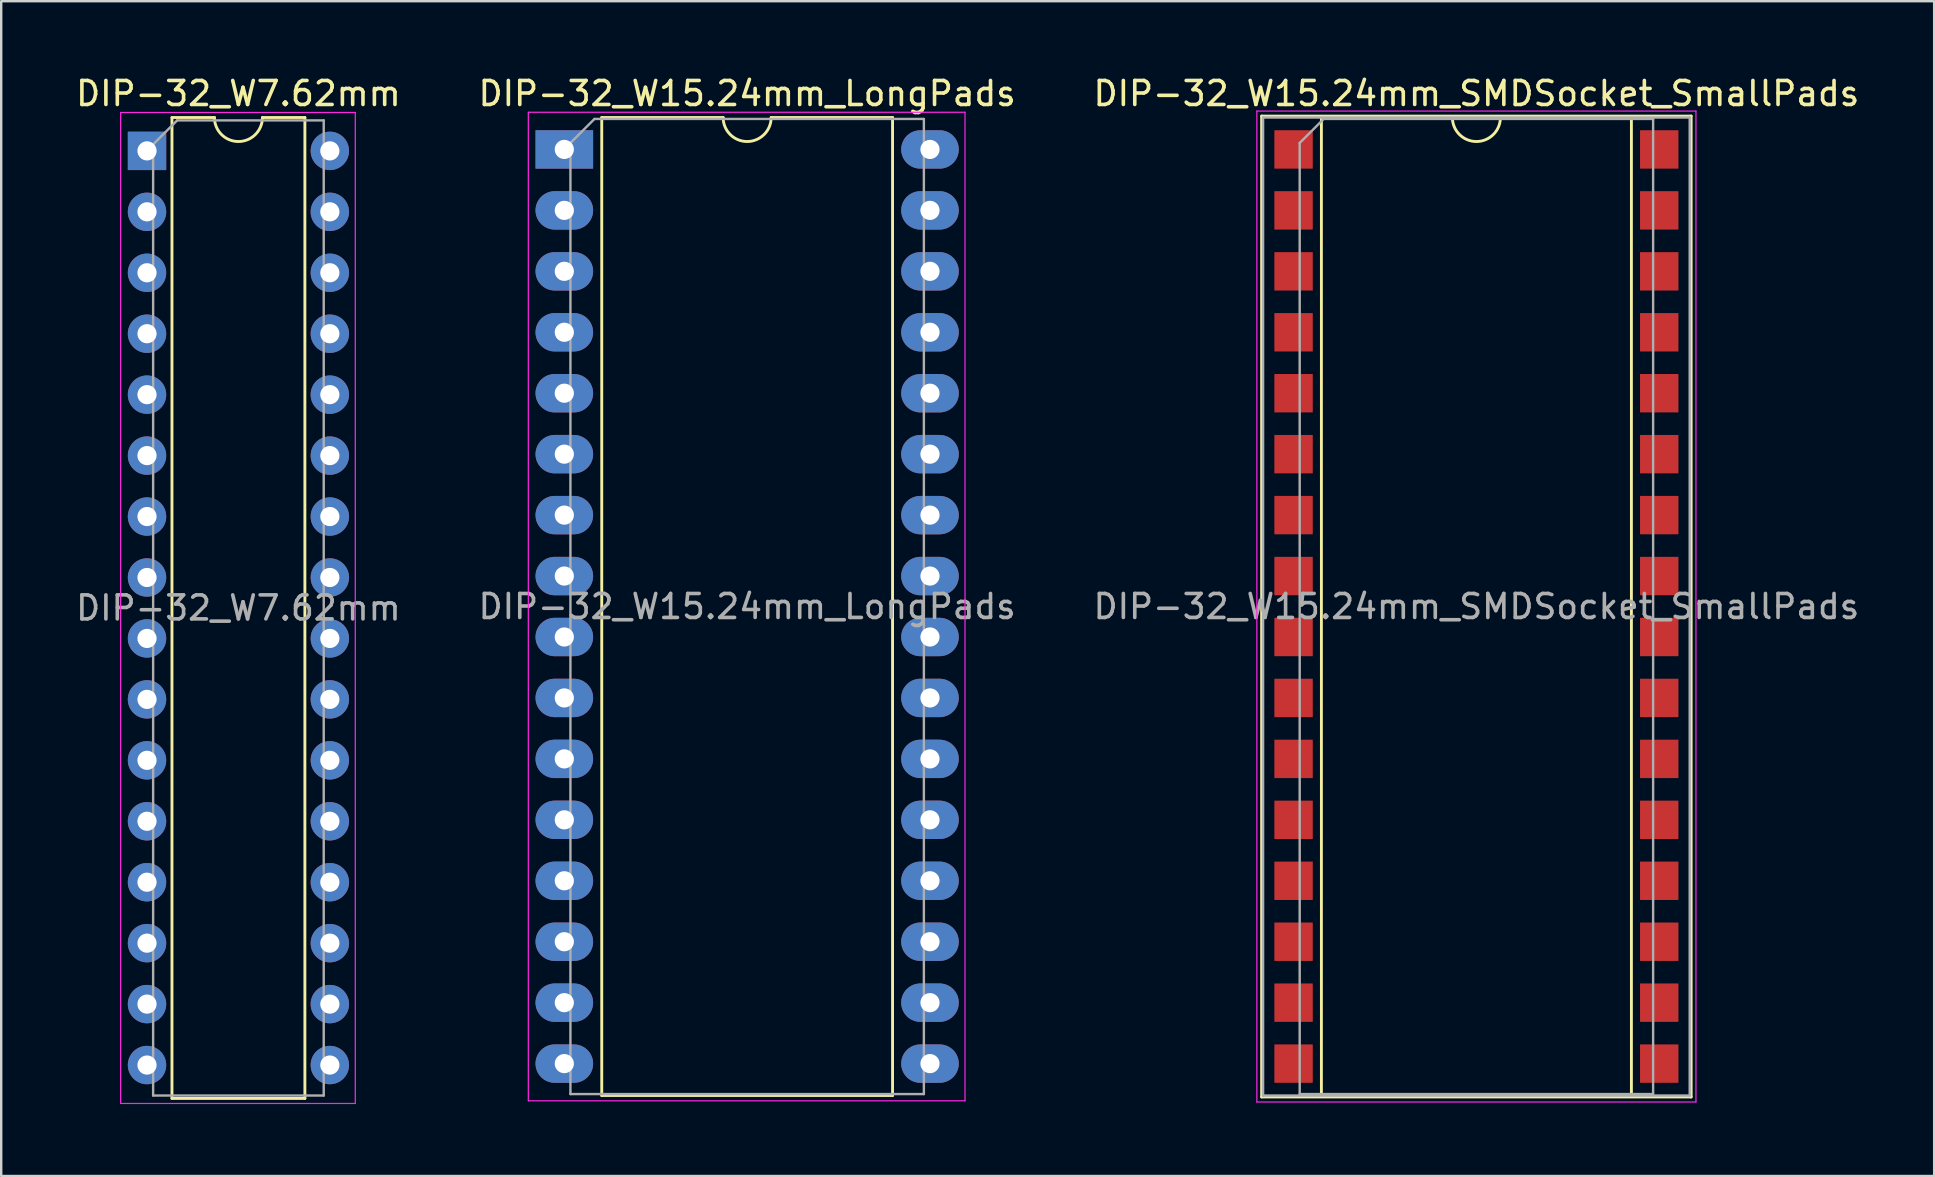
<source format=kicad_pcb>
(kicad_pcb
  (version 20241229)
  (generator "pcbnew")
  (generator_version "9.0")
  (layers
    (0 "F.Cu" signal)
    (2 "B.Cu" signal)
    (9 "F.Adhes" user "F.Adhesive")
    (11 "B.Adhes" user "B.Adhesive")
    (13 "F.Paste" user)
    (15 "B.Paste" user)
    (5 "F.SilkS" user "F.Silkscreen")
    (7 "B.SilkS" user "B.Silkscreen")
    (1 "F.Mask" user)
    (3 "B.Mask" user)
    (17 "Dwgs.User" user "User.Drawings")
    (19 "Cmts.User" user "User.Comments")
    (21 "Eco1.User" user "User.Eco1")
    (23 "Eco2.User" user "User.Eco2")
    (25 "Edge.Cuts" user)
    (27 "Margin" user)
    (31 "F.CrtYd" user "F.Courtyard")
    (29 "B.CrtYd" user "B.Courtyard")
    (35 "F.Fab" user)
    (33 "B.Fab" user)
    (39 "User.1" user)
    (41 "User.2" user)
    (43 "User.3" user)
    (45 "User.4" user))
  (footprint "DIP-32_W15.24mm_LongPads"
    (layer "F.Cu")
    (at 20.469 3.178)
    (property "Reference" "DIP-32_W15.24mm_LongPads" (at 7.62 -2.33 0) (layer "F.SilkS") (effects (font (size 1 1) (thickness 0.15))))
    (attr through_hole)
    (fp_line (start 1.56 -1.33) (end 1.56 39.43) (stroke (width 0.12) (type solid)) (layer "F.SilkS"))
    (fp_line (start 1.56 39.43) (end 13.68 39.43) (stroke (width 0.12) (type solid)) (layer "F.SilkS"))
    (fp_line (start 6.62 -1.33) (end 1.56 -1.33) (stroke (width 0.12) (type solid)) (layer "F.SilkS"))
    (fp_line (start 13.68 -1.33) (end 8.62 -1.33) (stroke (width 0.12) (type solid)) (layer "F.SilkS"))
    (fp_line (start 13.68 39.43) (end 13.68 -1.33) (stroke (width 0.12) (type solid)) (layer "F.SilkS"))
    (fp_arc (start 8.62 -1.33) (mid 7.62 -0.33) (end 6.62 -1.33) (stroke (width 0.12) (type solid)) (layer "F.SilkS"))
    (fp_line (start -1.5 -1.55) (end -1.5 39.65) (stroke (width 0.05) (type solid)) (layer "F.CrtYd"))
    (fp_line (start -1.5 39.65) (end 16.7 39.65) (stroke (width 0.05) (type solid)) (layer "F.CrtYd"))
    (fp_line (start 16.7 -1.55) (end -1.5 -1.55) (stroke (width 0.05) (type solid)) (layer "F.CrtYd"))
    (fp_line (start 16.7 39.65) (end 16.7 -1.55) (stroke (width 0.05) (type solid)) (layer "F.CrtYd"))
    (fp_line (start 0.255 -0.27) (end 1.255 -1.27) (stroke (width 0.1) (type solid)) (layer "F.Fab"))
    (fp_line (start 0.255 39.37) (end 0.255 -0.27) (stroke (width 0.1) (type solid)) (layer "F.Fab"))
    (fp_line (start 1.255 -1.27) (end 14.985 -1.27) (stroke (width 0.1) (type solid)) (layer "F.Fab"))
    (fp_line (start 14.985 -1.27) (end 14.985 39.37) (stroke (width 0.1) (type solid)) (layer "F.Fab"))
    (fp_line (start 14.985 39.37) (end 0.255 39.37) (stroke (width 0.1) (type solid)) (layer "F.Fab"))
    (fp_text user "${REFERENCE}" (at 7.62 19.05 0) (layer "F.Fab") (effects (font (size 1 1) (thickness 0.15))))
    (pad "1" thru_hole rect (at 0 0) (size 2.4 1.6) (drill 0.8) (layers "*.Cu" "*.Mask"))
    (pad "2" thru_hole oval (at 0 2.54) (size 2.4 1.6) (drill 0.8) (layers "*.Cu" "*.Mask"))
    (pad "3" thru_hole oval (at 0 5.08) (size 2.4 1.6) (drill 0.8) (layers "*.Cu" "*.Mask"))
    (pad "4" thru_hole oval (at 0 7.62) (size 2.4 1.6) (drill 0.8) (layers "*.Cu" "*.Mask"))
    (pad "5" thru_hole oval (at 0 10.16) (size 2.4 1.6) (drill 0.8) (layers "*.Cu" "*.Mask"))
    (pad "6" thru_hole oval (at 0 12.7) (size 2.4 1.6) (drill 0.8) (layers "*.Cu" "*.Mask"))
    (pad "7" thru_hole oval (at 0 15.24) (size 2.4 1.6) (drill 0.8) (layers "*.Cu" "*.Mask"))
    (pad "8" thru_hole oval (at 0 17.78) (size 2.4 1.6) (drill 0.8) (layers "*.Cu" "*.Mask"))
    (pad "9" thru_hole oval (at 0 20.32) (size 2.4 1.6) (drill 0.8) (layers "*.Cu" "*.Mask"))
    (pad "10" thru_hole oval (at 0 22.86) (size 2.4 1.6) (drill 0.8) (layers "*.Cu" "*.Mask"))
    (pad "11" thru_hole oval (at 0 25.4) (size 2.4 1.6) (drill 0.8) (layers "*.Cu" "*.Mask"))
    (pad "12" thru_hole oval (at 0 27.94) (size 2.4 1.6) (drill 0.8) (layers "*.Cu" "*.Mask"))
    (pad "13" thru_hole oval (at 0 30.48) (size 2.4 1.6) (drill 0.8) (layers "*.Cu" "*.Mask"))
    (pad "14" thru_hole oval (at 0 33.02) (size 2.4 1.6) (drill 0.8) (layers "*.Cu" "*.Mask"))
    (pad "15" thru_hole oval (at 0 35.56) (size 2.4 1.6) (drill 0.8) (layers "*.Cu" "*.Mask"))
    (pad "16" thru_hole oval (at 0 38.1) (size 2.4 1.6) (drill 0.8) (layers "*.Cu" "*.Mask"))
    (pad "17" thru_hole oval (at 15.24 38.1) (size 2.4 1.6) (drill 0.8) (layers "*.Cu" "*.Mask"))
    (pad "18" thru_hole oval (at 15.24 35.56) (size 2.4 1.6) (drill 0.8) (layers "*.Cu" "*.Mask"))
    (pad "19" thru_hole oval (at 15.24 33.02) (size 2.4 1.6) (drill 0.8) (layers "*.Cu" "*.Mask"))
    (pad "20" thru_hole oval (at 15.24 30.48) (size 2.4 1.6) (drill 0.8) (layers "*.Cu" "*.Mask"))
    (pad "21" thru_hole oval (at 15.24 27.94) (size 2.4 1.6) (drill 0.8) (layers "*.Cu" "*.Mask"))
    (pad "22" thru_hole oval (at 15.24 25.4) (size 2.4 1.6) (drill 0.8) (layers "*.Cu" "*.Mask"))
    (pad "23" thru_hole oval (at 15.24 22.86) (size 2.4 1.6) (drill 0.8) (layers "*.Cu" "*.Mask"))
    (pad "24" thru_hole oval (at 15.24 20.32) (size 2.4 1.6) (drill 0.8) (layers "*.Cu" "*.Mask"))
    (pad "25" thru_hole oval (at 15.24 17.78) (size 2.4 1.6) (drill 0.8) (layers "*.Cu" "*.Mask"))
    (pad "26" thru_hole oval (at 15.24 15.24) (size 2.4 1.6) (drill 0.8) (layers "*.Cu" "*.Mask"))
    (pad "27" thru_hole oval (at 15.24 12.7) (size 2.4 1.6) (drill 0.8) (layers "*.Cu" "*.Mask"))
    (pad "28" thru_hole oval (at 15.24 10.16) (size 2.4 1.6) (drill 0.8) (layers "*.Cu" "*.Mask"))
    (pad "29" thru_hole oval (at 15.24 7.62) (size 2.4 1.6) (drill 0.8) (layers "*.Cu" "*.Mask"))
    (pad "30" thru_hole oval (at 15.24 5.08) (size 2.4 1.6) (drill 0.8) (layers "*.Cu" "*.Mask"))
    (pad "31" thru_hole oval (at 15.24 2.54) (size 2.4 1.6) (drill 0.8) (layers "*.Cu" "*.Mask"))
    (pad "32" thru_hole oval (at 15.24 0) (size 2.4 1.6) (drill 0.8) (layers "*.Cu" "*.Mask")))
  (footprint "DIP-32_W15.24mm_SMDSocket_SmallPads"
    (layer "F.Cu")
    (at 58.482 22.228)
    (property "Reference" "DIP-32_W15.24mm_SMDSocket_SmallPads" (at 0 -21.38 0) (layer "F.SilkS") (effects (font (size 1 1) (thickness 0.15))))
    (attr smd)
    (fp_line (start -8.95 -20.44) (end -8.95 20.44) (stroke (width 0.12) (type solid)) (layer "F.SilkS"))
    (fp_line (start -8.95 20.44) (end 8.95 20.44) (stroke (width 0.12) (type solid)) (layer "F.SilkS"))
    (fp_line (start -6.46 -20.38) (end -6.46 20.38) (stroke (width 0.12) (type solid)) (layer "F.SilkS"))
    (fp_line (start -6.46 20.38) (end 6.46 20.38) (stroke (width 0.12) (type solid)) (layer "F.SilkS"))
    (fp_line (start -1 -20.38) (end -6.46 -20.38) (stroke (width 0.12) (type solid)) (layer "F.SilkS"))
    (fp_line (start 6.46 -20.38) (end 1 -20.38) (stroke (width 0.12) (type solid)) (layer "F.SilkS"))
    (fp_line (start 6.46 20.38) (end 6.46 -20.38) (stroke (width 0.12) (type solid)) (layer "F.SilkS"))
    (fp_line (start 8.95 -20.44) (end -8.95 -20.44) (stroke (width 0.12) (type solid)) (layer "F.SilkS"))
    (fp_line (start 8.95 20.44) (end 8.95 -20.44) (stroke (width 0.12) (type solid)) (layer "F.SilkS"))
    (fp_arc (start 1 -20.38) (mid 0 -19.38) (end -1 -20.38) (stroke (width 0.12) (type solid)) (layer "F.SilkS"))
    (fp_line (start -9.15 -20.65) (end -9.15 20.65) (stroke (width 0.05) (type solid)) (layer "F.CrtYd"))
    (fp_line (start -9.15 20.65) (end 9.15 20.65) (stroke (width 0.05) (type solid)) (layer "F.CrtYd"))
    (fp_line (start 9.15 -20.65) (end -9.15 -20.65) (stroke (width 0.05) (type solid)) (layer "F.CrtYd"))
    (fp_line (start 9.15 20.65) (end 9.15 -20.65) (stroke (width 0.05) (type solid)) (layer "F.CrtYd"))
    (fp_line (start -8.89 -20.38) (end -8.89 20.38) (stroke (width 0.1) (type solid)) (layer "F.Fab"))
    (fp_line (start -8.89 20.38) (end 8.89 20.38) (stroke (width 0.1) (type solid)) (layer "F.Fab"))
    (fp_line (start -7.365 -19.32) (end -6.365 -20.32) (stroke (width 0.1) (type solid)) (layer "F.Fab"))
    (fp_line (start -7.365 20.32) (end -7.365 -19.32) (stroke (width 0.1) (type solid)) (layer "F.Fab"))
    (fp_line (start -6.365 -20.32) (end 7.365 -20.32) (stroke (width 0.1) (type solid)) (layer "F.Fab"))
    (fp_line (start 7.365 -20.32) (end 7.365 20.32) (stroke (width 0.1) (type solid)) (layer "F.Fab"))
    (fp_line (start 7.365 20.32) (end -7.365 20.32) (stroke (width 0.1) (type solid)) (layer "F.Fab"))
    (fp_line (start 8.89 -20.38) (end -8.89 -20.38) (stroke (width 0.1) (type solid)) (layer "F.Fab"))
    (fp_line (start 8.89 20.38) (end 8.89 -20.38) (stroke (width 0.1) (type solid)) (layer "F.Fab"))
    (fp_text user "${REFERENCE}" (at 0 0 0) (layer "F.Fab") (effects (font (size 1 1) (thickness 0.15))))
    (pad "1" smd rect (at -7.62 -19.05) (size 1.6 1.6) (layers "F.Cu" "F.Mask" "F.Paste"))
    (pad "2" smd rect (at -7.62 -16.51) (size 1.6 1.6) (layers "F.Cu" "F.Mask" "F.Paste"))
    (pad "3" smd rect (at -7.62 -13.97) (size 1.6 1.6) (layers "F.Cu" "F.Mask" "F.Paste"))
    (pad "4" smd rect (at -7.62 -11.43) (size 1.6 1.6) (layers "F.Cu" "F.Mask" "F.Paste"))
    (pad "5" smd rect (at -7.62 -8.89) (size 1.6 1.6) (layers "F.Cu" "F.Mask" "F.Paste"))
    (pad "6" smd rect (at -7.62 -6.35) (size 1.6 1.6) (layers "F.Cu" "F.Mask" "F.Paste"))
    (pad "7" smd rect (at -7.62 -3.81) (size 1.6 1.6) (layers "F.Cu" "F.Mask" "F.Paste"))
    (pad "8" smd rect (at -7.62 -1.27) (size 1.6 1.6) (layers "F.Cu" "F.Mask" "F.Paste"))
    (pad "9" smd rect (at -7.62 1.27) (size 1.6 1.6) (layers "F.Cu" "F.Mask" "F.Paste"))
    (pad "10" smd rect (at -7.62 3.81) (size 1.6 1.6) (layers "F.Cu" "F.Mask" "F.Paste"))
    (pad "11" smd rect (at -7.62 6.35) (size 1.6 1.6) (layers "F.Cu" "F.Mask" "F.Paste"))
    (pad "12" smd rect (at -7.62 8.89) (size 1.6 1.6) (layers "F.Cu" "F.Mask" "F.Paste"))
    (pad "13" smd rect (at -7.62 11.43) (size 1.6 1.6) (layers "F.Cu" "F.Mask" "F.Paste"))
    (pad "14" smd rect (at -7.62 13.97) (size 1.6 1.6) (layers "F.Cu" "F.Mask" "F.Paste"))
    (pad "15" smd rect (at -7.62 16.51) (size 1.6 1.6) (layers "F.Cu" "F.Mask" "F.Paste"))
    (pad "16" smd rect (at -7.62 19.05) (size 1.6 1.6) (layers "F.Cu" "F.Mask" "F.Paste"))
    (pad "17" smd rect (at 7.62 19.05) (size 1.6 1.6) (layers "F.Cu" "F.Mask" "F.Paste"))
    (pad "18" smd rect (at 7.62 16.51) (size 1.6 1.6) (layers "F.Cu" "F.Mask" "F.Paste"))
    (pad "19" smd rect (at 7.62 13.97) (size 1.6 1.6) (layers "F.Cu" "F.Mask" "F.Paste"))
    (pad "20" smd rect (at 7.62 11.43) (size 1.6 1.6) (layers "F.Cu" "F.Mask" "F.Paste"))
    (pad "21" smd rect (at 7.62 8.89) (size 1.6 1.6) (layers "F.Cu" "F.Mask" "F.Paste"))
    (pad "22" smd rect (at 7.62 6.35) (size 1.6 1.6) (layers "F.Cu" "F.Mask" "F.Paste"))
    (pad "23" smd rect (at 7.62 3.81) (size 1.6 1.6) (layers "F.Cu" "F.Mask" "F.Paste"))
    (pad "24" smd rect (at 7.62 1.27) (size 1.6 1.6) (layers "F.Cu" "F.Mask" "F.Paste"))
    (pad "25" smd rect (at 7.62 -1.27) (size 1.6 1.6) (layers "F.Cu" "F.Mask" "F.Paste"))
    (pad "26" smd rect (at 7.62 -3.81) (size 1.6 1.6) (layers "F.Cu" "F.Mask" "F.Paste"))
    (pad "27" smd rect (at 7.62 -6.35) (size 1.6 1.6) (layers "F.Cu" "F.Mask" "F.Paste"))
    (pad "28" smd rect (at 7.62 -8.89) (size 1.6 1.6) (layers "F.Cu" "F.Mask" "F.Paste"))
    (pad "29" smd rect (at 7.62 -11.43) (size 1.6 1.6) (layers "F.Cu" "F.Mask" "F.Paste"))
    (pad "30" smd rect (at 7.62 -13.97) (size 1.6 1.6) (layers "F.Cu" "F.Mask" "F.Paste"))
    (pad "31" smd rect (at 7.62 -16.51) (size 1.6 1.6) (layers "F.Cu" "F.Mask" "F.Paste"))
    (pad "32" smd rect (at 7.62 -19.05) (size 1.6 1.6) (layers "F.Cu" "F.Mask" "F.Paste")))
  (footprint "DIP-32_W7.62mm"
    (layer "F.Cu")
    (at 3.077 3.238)
    (property "Reference" "DIP-32_W7.62mm" (at 3.81 -2.39 0) (layer "F.SilkS") (effects (font (size 1 1) (thickness 0.15))))
    (attr through_hole)
    (fp_line (start 1.04 -1.39) (end 1.04 39.49) (stroke (width 0.12) (type solid)) (layer "F.SilkS"))
    (fp_line (start 1.04 39.49) (end 6.58 39.49) (stroke (width 0.12) (type solid)) (layer "F.SilkS"))
    (fp_line (start 2.81 -1.39) (end 1.04 -1.39) (stroke (width 0.12) (type solid)) (layer "F.SilkS"))
    (fp_line (start 6.58 -1.39) (end 4.81 -1.39) (stroke (width 0.12) (type solid)) (layer "F.SilkS"))
    (fp_line (start 6.58 39.49) (end 6.58 -1.39) (stroke (width 0.12) (type solid)) (layer "F.SilkS"))
    (fp_arc (start 4.81 -1.39) (mid 3.81 -0.39) (end 2.81 -1.39) (stroke (width 0.12) (type solid)) (layer "F.SilkS"))
    (fp_line (start -1.1 -1.6) (end -1.1 39.7) (stroke (width 0.05) (type solid)) (layer "F.CrtYd"))
    (fp_line (start -1.1 39.7) (end 8.68 39.7) (stroke (width 0.05) (type solid)) (layer "F.CrtYd"))
    (fp_line (start 8.68 -1.6) (end -1.1 -1.6) (stroke (width 0.05) (type solid)) (layer "F.CrtYd"))
    (fp_line (start 8.68 39.7) (end 8.68 -1.6) (stroke (width 0.05) (type solid)) (layer "F.CrtYd"))
    (fp_line (start 0.255 -0.27) (end 1.255 -1.27) (stroke (width 0.1) (type solid)) (layer "F.Fab"))
    (fp_line (start 0.255 39.37) (end 0.255 -0.27) (stroke (width 0.1) (type solid)) (layer "F.Fab"))
    (fp_line (start 1.255 -1.27) (end 7.365 -1.27) (stroke (width 0.1) (type solid)) (layer "F.Fab"))
    (fp_line (start 7.365 -1.27) (end 7.365 39.37) (stroke (width 0.1) (type solid)) (layer "F.Fab"))
    (fp_line (start 7.365 39.37) (end 0.255 39.37) (stroke (width 0.1) (type solid)) (layer "F.Fab"))
    (fp_text user "${REFERENCE}" (at 3.81 19.05 0) (layer "F.Fab") (effects (font (size 1 1) (thickness 0.15))))
    (pad "1" thru_hole rect (at 0 0) (size 1.6 1.6) (drill 0.8) (layers "*.Cu" "*.Mask"))
    (pad "2" thru_hole oval (at 0 2.54) (size 1.6 1.6) (drill 0.8) (layers "*.Cu" "*.Mask"))
    (pad "3" thru_hole oval (at 0 5.08) (size 1.6 1.6) (drill 0.8) (layers "*.Cu" "*.Mask"))
    (pad "4" thru_hole oval (at 0 7.62) (size 1.6 1.6) (drill 0.8) (layers "*.Cu" "*.Mask"))
    (pad "5" thru_hole oval (at 0 10.16) (size 1.6 1.6) (drill 0.8) (layers "*.Cu" "*.Mask"))
    (pad "6" thru_hole oval (at 0 12.7) (size 1.6 1.6) (drill 0.8) (layers "*.Cu" "*.Mask"))
    (pad "7" thru_hole oval (at 0 15.24) (size 1.6 1.6) (drill 0.8) (layers "*.Cu" "*.Mask"))
    (pad "8" thru_hole oval (at 0 17.78) (size 1.6 1.6) (drill 0.8) (layers "*.Cu" "*.Mask"))
    (pad "9" thru_hole oval (at 0 20.32) (size 1.6 1.6) (drill 0.8) (layers "*.Cu" "*.Mask"))
    (pad "10" thru_hole oval (at 0 22.86) (size 1.6 1.6) (drill 0.8) (layers "*.Cu" "*.Mask"))
    (pad "11" thru_hole oval (at 0 25.4) (size 1.6 1.6) (drill 0.8) (layers "*.Cu" "*.Mask"))
    (pad "12" thru_hole oval (at 0 27.94) (size 1.6 1.6) (drill 0.8) (layers "*.Cu" "*.Mask"))
    (pad "13" thru_hole oval (at 0 30.48) (size 1.6 1.6) (drill 0.8) (layers "*.Cu" "*.Mask"))
    (pad "14" thru_hole oval (at 0 33.02) (size 1.6 1.6) (drill 0.8) (layers "*.Cu" "*.Mask"))
    (pad "15" thru_hole oval (at 0 35.56) (size 1.6 1.6) (drill 0.8) (layers "*.Cu" "*.Mask"))
    (pad "16" thru_hole oval (at 0 38.1) (size 1.6 1.6) (drill 0.8) (layers "*.Cu" "*.Mask"))
    (pad "17" thru_hole oval (at 7.62 38.1) (size 1.6 1.6) (drill 0.8) (layers "*.Cu" "*.Mask"))
    (pad "18" thru_hole oval (at 7.62 35.56) (size 1.6 1.6) (drill 0.8) (layers "*.Cu" "*.Mask"))
    (pad "19" thru_hole oval (at 7.62 33.02) (size 1.6 1.6) (drill 0.8) (layers "*.Cu" "*.Mask"))
    (pad "20" thru_hole oval (at 7.62 30.48) (size 1.6 1.6) (drill 0.8) (layers "*.Cu" "*.Mask"))
    (pad "21" thru_hole oval (at 7.62 27.94) (size 1.6 1.6) (drill 0.8) (layers "*.Cu" "*.Mask"))
    (pad "22" thru_hole oval (at 7.62 25.4) (size 1.6 1.6) (drill 0.8) (layers "*.Cu" "*.Mask"))
    (pad "23" thru_hole oval (at 7.62 22.86) (size 1.6 1.6) (drill 0.8) (layers "*.Cu" "*.Mask"))
    (pad "24" thru_hole oval (at 7.62 20.32) (size 1.6 1.6) (drill 0.8) (layers "*.Cu" "*.Mask"))
    (pad "25" thru_hole oval (at 7.62 17.78) (size 1.6 1.6) (drill 0.8) (layers "*.Cu" "*.Mask"))
    (pad "26" thru_hole oval (at 7.62 15.24) (size 1.6 1.6) (drill 0.8) (layers "*.Cu" "*.Mask"))
    (pad "27" thru_hole oval (at 7.62 12.7) (size 1.6 1.6) (drill 0.8) (layers "*.Cu" "*.Mask"))
    (pad "28" thru_hole oval (at 7.62 10.16) (size 1.6 1.6) (drill 0.8) (layers "*.Cu" "*.Mask"))
    (pad "29" thru_hole oval (at 7.62 7.62) (size 1.6 1.6) (drill 0.8) (layers "*.Cu" "*.Mask"))
    (pad "30" thru_hole oval (at 7.62 5.08) (size 1.6 1.6) (drill 0.8) (layers "*.Cu" "*.Mask"))
    (pad "31" thru_hole oval (at 7.62 2.54) (size 1.6 1.6) (drill 0.8) (layers "*.Cu" "*.Mask"))
    (pad "32" thru_hole oval (at 7.62 0) (size 1.6 1.6) (drill 0.8) (layers "*.Cu" "*.Mask")))
  (gr_rect
    (start -3 -3)
    (end 77.56 45.963)
    (stroke (width 0.1) (type default))
    (fill no)
    (layer "Edge.Cuts")))
</source>
